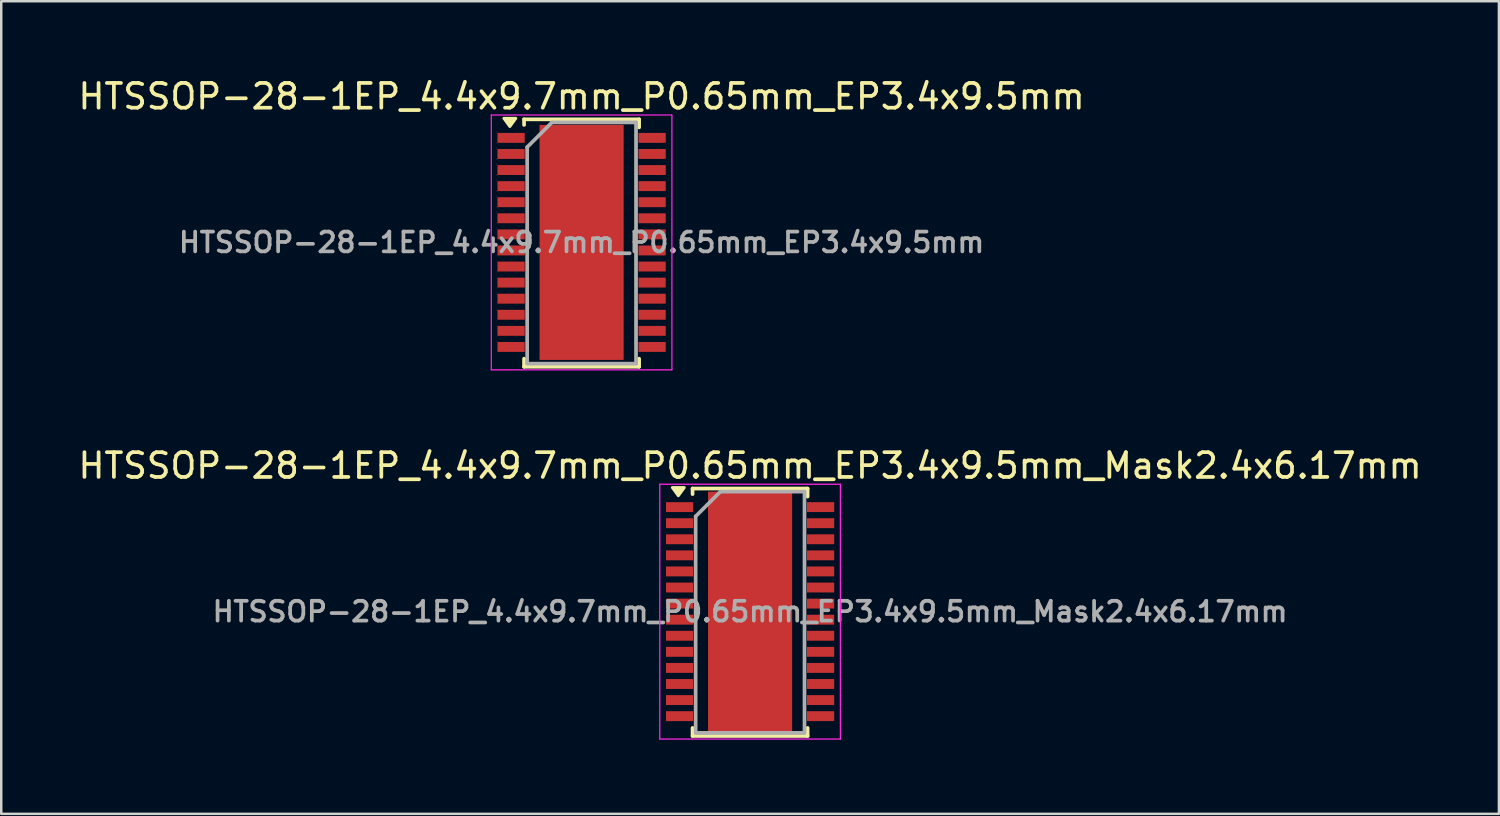
<source format=kicad_pcb>
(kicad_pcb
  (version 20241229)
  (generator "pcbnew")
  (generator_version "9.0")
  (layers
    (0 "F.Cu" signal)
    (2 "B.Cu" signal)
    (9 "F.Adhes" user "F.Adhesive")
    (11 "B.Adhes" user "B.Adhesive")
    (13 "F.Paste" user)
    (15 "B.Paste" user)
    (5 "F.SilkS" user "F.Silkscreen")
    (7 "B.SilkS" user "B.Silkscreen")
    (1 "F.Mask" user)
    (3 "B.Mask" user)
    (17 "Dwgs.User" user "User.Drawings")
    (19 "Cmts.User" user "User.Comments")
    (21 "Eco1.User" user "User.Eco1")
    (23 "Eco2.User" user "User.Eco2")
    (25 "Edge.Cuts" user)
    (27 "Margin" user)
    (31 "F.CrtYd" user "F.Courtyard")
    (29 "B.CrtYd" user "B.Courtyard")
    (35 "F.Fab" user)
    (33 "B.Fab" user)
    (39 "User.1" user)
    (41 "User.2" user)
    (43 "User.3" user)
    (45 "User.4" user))
  (footprint "HTSSOP-28-1EP_4.4x9.7mm_P0.65mm_EP3.4x9.5mm"
    (layer "F.Cu")
    (at 20.458 6.748)
    (property "Reference" "HTSSOP-28-1EP_4.4x9.7mm_P0.65mm_EP3.4x9.5mm" (at 0 -5.9 0) (layer "F.SilkS") (effects (font (size 1 1) (thickness 0.15))))
    (attr smd)
    (fp_line (start -2.325 -4.975) (end -2.325 -4.75) (stroke (width 0.15) (type solid)) (layer "F.SilkS"))
    (fp_line (start -2.325 -4.975) (end 2.325 -4.975) (stroke (width 0.15) (type solid)) (layer "F.SilkS"))
    (fp_line (start -2.325 5.026) (end -2.325 4.701) (stroke (width 0.15) (type solid)) (layer "F.SilkS"))
    (fp_line (start -2.325 5.026) (end 2.325 5.026) (stroke (width 0.15) (type solid)) (layer "F.SilkS"))
    (fp_line (start 2.325 -4.975) (end 2.325 -4.65) (stroke (width 0.15) (type solid)) (layer "F.SilkS"))
    (fp_line (start 2.325 5.026) (end 2.325 4.701) (stroke (width 0.15) (type solid)) (layer "F.SilkS"))
    (fp_poly (pts (xy -2.9 -4.685) (xy -3.14 -5.015) (xy -2.66 -5.015) (xy -2.9 -4.685)) (stroke (width 0.12) (type solid)) (fill yes) (layer "F.SilkS"))
    (fp_line (start -3.65 -5.15) (end -3.65 5.15) (stroke (width 0.05) (type solid)) (layer "F.CrtYd"))
    (fp_line (start -3.65 -5.15) (end 3.65 -5.15) (stroke (width 0.05) (type solid)) (layer "F.CrtYd"))
    (fp_line (start -3.65 5.15) (end 3.65 5.15) (stroke (width 0.05) (type solid)) (layer "F.CrtYd"))
    (fp_line (start 3.65 -5.15) (end 3.65 5.15) (stroke (width 0.05) (type solid)) (layer "F.CrtYd"))
    (fp_line (start -2.2 -3.85) (end -1.2 -4.85) (stroke (width 0.15) (type solid)) (layer "F.Fab"))
    (fp_line (start -2.2 4.85) (end -2.2 -3.85) (stroke (width 0.15) (type solid)) (layer "F.Fab"))
    (fp_line (start -1.2 -4.85) (end 2.2 -4.85) (stroke (width 0.15) (type solid)) (layer "F.Fab"))
    (fp_line (start 2.2 -4.85) (end 2.2 4.85) (stroke (width 0.15) (type solid)) (layer "F.Fab"))
    (fp_line (start 2.2 4.901) (end -2.2 4.901) (stroke (width 0.15) (type solid)) (layer "F.Fab"))
    (fp_text user "${REFERENCE}" (at 0 0 0) (layer "F.Fab") (effects (font (size 0.8 0.8) (thickness 0.15))))
    (pad "" smd rect (at -0.85 -3.8) (size 1.4 1.6) (layers "F.Paste"))
    (pad "" smd rect (at -0.85 -1.9) (size 1.4 1.6) (layers "F.Paste"))
    (pad "" smd rect (at -0.85 0) (size 1.4 1.6) (layers "F.Paste"))
    (pad "" smd rect (at -0.85 1.9) (size 1.4 1.6) (layers "F.Paste"))
    (pad "" smd rect (at -0.85 3.8) (size 1.4 1.6) (layers "F.Paste"))
    (pad "" smd rect (at 0.85 -3.8) (size 1.4 1.6) (layers "F.Paste"))
    (pad "" smd rect (at 0.85 -1.9) (size 1.4 1.6) (layers "F.Paste"))
    (pad "" smd rect (at 0.85 0) (size 1.4 1.6) (layers "F.Paste"))
    (pad "" smd rect (at 0.85 1.9) (size 1.4 1.6) (layers "F.Paste"))
    (pad "" smd rect (at 0.85 3.8) (size 1.4 1.6) (layers "F.Paste"))
    (pad "1" smd rect (at -2.85 -4.225) (size 1.1 0.4) (layers "F.Cu" "F.Mask" "F.Paste"))
    (pad "2" smd rect (at -2.85 -3.575) (size 1.1 0.4) (layers "F.Cu" "F.Mask" "F.Paste"))
    (pad "3" smd rect (at -2.85 -2.925) (size 1.1 0.4) (layers "F.Cu" "F.Mask" "F.Paste"))
    (pad "4" smd rect (at -2.85 -2.275) (size 1.1 0.4) (layers "F.Cu" "F.Mask" "F.Paste"))
    (pad "5" smd rect (at -2.85 -1.625) (size 1.1 0.4) (layers "F.Cu" "F.Mask" "F.Paste"))
    (pad "6" smd rect (at -2.85 -0.975) (size 1.1 0.4) (layers "F.Cu" "F.Mask" "F.Paste"))
    (pad "7" smd rect (at -2.85 -0.325) (size 1.1 0.4) (layers "F.Cu" "F.Mask" "F.Paste"))
    (pad "8" smd rect (at -2.85 0.325) (size 1.1 0.4) (layers "F.Cu" "F.Mask" "F.Paste"))
    (pad "9" smd rect (at -2.85 0.975) (size 1.1 0.4) (layers "F.Cu" "F.Mask" "F.Paste"))
    (pad "10" smd rect (at -2.85 1.625) (size 1.1 0.4) (layers "F.Cu" "F.Mask" "F.Paste"))
    (pad "11" smd rect (at -2.85 2.275) (size 1.1 0.4) (layers "F.Cu" "F.Mask" "F.Paste"))
    (pad "12" smd rect (at -2.85 2.925) (size 1.1 0.4) (layers "F.Cu" "F.Mask" "F.Paste"))
    (pad "13" smd rect (at -2.85 3.575) (size 1.1 0.4) (layers "F.Cu" "F.Mask" "F.Paste"))
    (pad "14" smd rect (at -2.85 4.225) (size 1.1 0.4) (layers "F.Cu" "F.Mask" "F.Paste"))
    (pad "15" smd rect (at 2.85 4.225) (size 1.1 0.4) (layers "F.Cu" "F.Mask" "F.Paste"))
    (pad "16" smd rect (at 2.85 3.575) (size 1.1 0.4) (layers "F.Cu" "F.Mask" "F.Paste"))
    (pad "17" smd rect (at 2.85 2.925) (size 1.1 0.4) (layers "F.Cu" "F.Mask" "F.Paste"))
    (pad "18" smd rect (at 2.85 2.275) (size 1.1 0.4) (layers "F.Cu" "F.Mask" "F.Paste"))
    (pad "19" smd rect (at 2.85 1.625) (size 1.1 0.4) (layers "F.Cu" "F.Mask" "F.Paste"))
    (pad "20" smd rect (at 2.85 0.975) (size 1.1 0.4) (layers "F.Cu" "F.Mask" "F.Paste"))
    (pad "21" smd rect (at 2.85 0.325) (size 1.1 0.4) (layers "F.Cu" "F.Mask" "F.Paste"))
    (pad "22" smd rect (at 2.85 -0.325) (size 1.1 0.4) (layers "F.Cu" "F.Mask" "F.Paste"))
    (pad "23" smd rect (at 2.85 -0.975) (size 1.1 0.4) (layers "F.Cu" "F.Mask" "F.Paste"))
    (pad "24" smd rect (at 2.85 -1.625) (size 1.1 0.4) (layers "F.Cu" "F.Mask" "F.Paste"))
    (pad "25" smd rect (at 2.85 -2.275) (size 1.1 0.4) (layers "F.Cu" "F.Mask" "F.Paste"))
    (pad "26" smd rect (at 2.85 -2.925) (size 1.1 0.4) (layers "F.Cu" "F.Mask" "F.Paste"))
    (pad "27" smd rect (at 2.85 -3.575) (size 1.1 0.4) (layers "F.Cu" "F.Mask" "F.Paste"))
    (pad "28" smd rect (at 2.85 -4.225) (size 1.1 0.4) (layers "F.Cu" "F.Mask" "F.Paste"))
    (pad "29" smd rect (at 0 0) (size 3.4 9.5) (layers "F.Cu" "F.Mask")))
  (footprint "HTSSOP-28-1EP_4.4x9.7mm_P0.65mm_EP3.4x9.5mm_Mask2.4x6.17mm"
    (layer "F.Cu")
    (at 27.268 21.672)
    (property "Reference" "HTSSOP-28-1EP_4.4x9.7mm_P0.65mm_EP3.4x9.5mm_Mask2.4x6.17mm" (at 0 -5.9 0) (layer "F.SilkS") (effects (font (size 1 1) (thickness 0.15))))
    (attr smd)
    (fp_line (start -2.325 -4.975) (end -2.325 -4.75) (stroke (width 0.15) (type solid)) (layer "F.SilkS"))
    (fp_line (start -2.325 -4.975) (end 2.325 -4.975) (stroke (width 0.15) (type solid)) (layer "F.SilkS"))
    (fp_line (start -2.325 5.026) (end -2.325 4.701) (stroke (width 0.15) (type solid)) (layer "F.SilkS"))
    (fp_line (start -2.325 5.026) (end 2.325 5.026) (stroke (width 0.15) (type solid)) (layer "F.SilkS"))
    (fp_line (start 2.325 -4.975) (end 2.325 -4.65) (stroke (width 0.15) (type solid)) (layer "F.SilkS"))
    (fp_line (start 2.325 5.026) (end 2.325 4.701) (stroke (width 0.15) (type solid)) (layer "F.SilkS"))
    (fp_poly (pts (xy -2.9 -4.685) (xy -3.14 -5.015) (xy -2.66 -5.015) (xy -2.9 -4.685)) (stroke (width 0.12) (type solid)) (fill yes) (layer "F.SilkS"))
    (fp_line (start -3.65 -5.15) (end -3.65 5.15) (stroke (width 0.05) (type solid)) (layer "F.CrtYd"))
    (fp_line (start -3.65 -5.15) (end 3.65 -5.15) (stroke (width 0.05) (type solid)) (layer "F.CrtYd"))
    (fp_line (start -3.65 5.15) (end 3.65 5.15) (stroke (width 0.05) (type solid)) (layer "F.CrtYd"))
    (fp_line (start 3.65 -5.15) (end 3.65 5.15) (stroke (width 0.05) (type solid)) (layer "F.CrtYd"))
    (fp_line (start -2.2 -3.85) (end -1.2 -4.85) (stroke (width 0.15) (type solid)) (layer "F.Fab"))
    (fp_line (start -2.2 4.85) (end -2.2 -3.85) (stroke (width 0.15) (type solid)) (layer "F.Fab"))
    (fp_line (start -1.2 -4.85) (end 2.2 -4.85) (stroke (width 0.15) (type solid)) (layer "F.Fab"))
    (fp_line (start 2.2 -4.85) (end 2.2 4.85) (stroke (width 0.15) (type solid)) (layer "F.Fab"))
    (fp_line (start 2.2 4.901) (end -2.2 4.901) (stroke (width 0.15) (type solid)) (layer "F.Fab"))
    (fp_text user "${REFERENCE}" (at 0 0 0) (layer "F.Fab") (effects (font (size 0.8 0.8) (thickness 0.15))))
    (pad "" smd rect (at -0.6 -2.468) (size 0.9 0.93) (layers "F.Paste"))
    (pad "" smd rect (at -0.6 -1.234) (size 0.9 0.93) (layers "F.Paste"))
    (pad "" smd rect (at -0.6 0) (size 0.9 0.93) (layers "F.Paste"))
    (pad "" smd rect (at -0.6 1.234) (size 0.9 0.93) (layers "F.Paste"))
    (pad "" smd rect (at -0.6 2.468) (size 0.9 0.93) (layers "F.Paste"))
    (pad "" smd rect (at 0 0) (size 2.4 6.17) (layers "F.Mask"))
    (pad "" smd rect (at 0.6 -2.468) (size 0.9 0.93) (layers "F.Paste"))
    (pad "" smd rect (at 0.6 -1.234) (size 0.9 0.93) (layers "F.Paste"))
    (pad "" smd rect (at 0.6 0) (size 0.9 0.93) (layers "F.Paste"))
    (pad "" smd rect (at 0.6 1.234) (size 0.9 0.93) (layers "F.Paste"))
    (pad "" smd rect (at 0.6 2.468) (size 0.9 0.93) (layers "F.Paste"))
    (pad "1" smd rect (at -2.85 -4.225) (size 1.1 0.4) (layers "F.Cu" "F.Mask" "F.Paste"))
    (pad "2" smd rect (at -2.85 -3.575) (size 1.1 0.4) (layers "F.Cu" "F.Mask" "F.Paste"))
    (pad "3" smd rect (at -2.85 -2.925) (size 1.1 0.4) (layers "F.Cu" "F.Mask" "F.Paste"))
    (pad "4" smd rect (at -2.85 -2.275) (size 1.1 0.4) (layers "F.Cu" "F.Mask" "F.Paste"))
    (pad "5" smd rect (at -2.85 -1.625) (size 1.1 0.4) (layers "F.Cu" "F.Mask" "F.Paste"))
    (pad "6" smd rect (at -2.85 -0.975) (size 1.1 0.4) (layers "F.Cu" "F.Mask" "F.Paste"))
    (pad "7" smd rect (at -2.85 -0.325) (size 1.1 0.4) (layers "F.Cu" "F.Mask" "F.Paste"))
    (pad "8" smd rect (at -2.85 0.325) (size 1.1 0.4) (layers "F.Cu" "F.Mask" "F.Paste"))
    (pad "9" smd rect (at -2.85 0.975) (size 1.1 0.4) (layers "F.Cu" "F.Mask" "F.Paste"))
    (pad "10" smd rect (at -2.85 1.625) (size 1.1 0.4) (layers "F.Cu" "F.Mask" "F.Paste"))
    (pad "11" smd rect (at -2.85 2.275) (size 1.1 0.4) (layers "F.Cu" "F.Mask" "F.Paste"))
    (pad "12" smd rect (at -2.85 2.925) (size 1.1 0.4) (layers "F.Cu" "F.Mask" "F.Paste"))
    (pad "13" smd rect (at -2.85 3.575) (size 1.1 0.4) (layers "F.Cu" "F.Mask" "F.Paste"))
    (pad "14" smd rect (at -2.85 4.225) (size 1.1 0.4) (layers "F.Cu" "F.Mask" "F.Paste"))
    (pad "15" smd rect (at 2.85 4.225) (size 1.1 0.4) (layers "F.Cu" "F.Mask" "F.Paste"))
    (pad "16" smd rect (at 2.85 3.575) (size 1.1 0.4) (layers "F.Cu" "F.Mask" "F.Paste"))
    (pad "17" smd rect (at 2.85 2.925) (size 1.1 0.4) (layers "F.Cu" "F.Mask" "F.Paste"))
    (pad "18" smd rect (at 2.85 2.275) (size 1.1 0.4) (layers "F.Cu" "F.Mask" "F.Paste"))
    (pad "19" smd rect (at 2.85 1.625) (size 1.1 0.4) (layers "F.Cu" "F.Mask" "F.Paste"))
    (pad "20" smd rect (at 2.85 0.975) (size 1.1 0.4) (layers "F.Cu" "F.Mask" "F.Paste"))
    (pad "21" smd rect (at 2.85 0.325) (size 1.1 0.4) (layers "F.Cu" "F.Mask" "F.Paste"))
    (pad "22" smd rect (at 2.85 -0.325) (size 1.1 0.4) (layers "F.Cu" "F.Mask" "F.Paste"))
    (pad "23" smd rect (at 2.85 -0.975) (size 1.1 0.4) (layers "F.Cu" "F.Mask" "F.Paste"))
    (pad "24" smd rect (at 2.85 -1.625) (size 1.1 0.4) (layers "F.Cu" "F.Mask" "F.Paste"))
    (pad "25" smd rect (at 2.85 -2.275) (size 1.1 0.4) (layers "F.Cu" "F.Mask" "F.Paste"))
    (pad "26" smd rect (at 2.85 -2.925) (size 1.1 0.4) (layers "F.Cu" "F.Mask" "F.Paste"))
    (pad "27" smd rect (at 2.85 -3.575) (size 1.1 0.4) (layers "F.Cu" "F.Mask" "F.Paste"))
    (pad "28" smd rect (at 2.85 -4.225) (size 1.1 0.4) (layers "F.Cu" "F.Mask" "F.Paste"))
    (pad "29" smd rect (at 0 0) (size 3.4 9.7) (layers "F.Cu")))
  (gr_rect
    (start -3 -3)
    (end 57.536 29.846)
    (stroke (width 0.1) (type default))
    (fill no)
    (layer "Edge.Cuts")))
</source>
